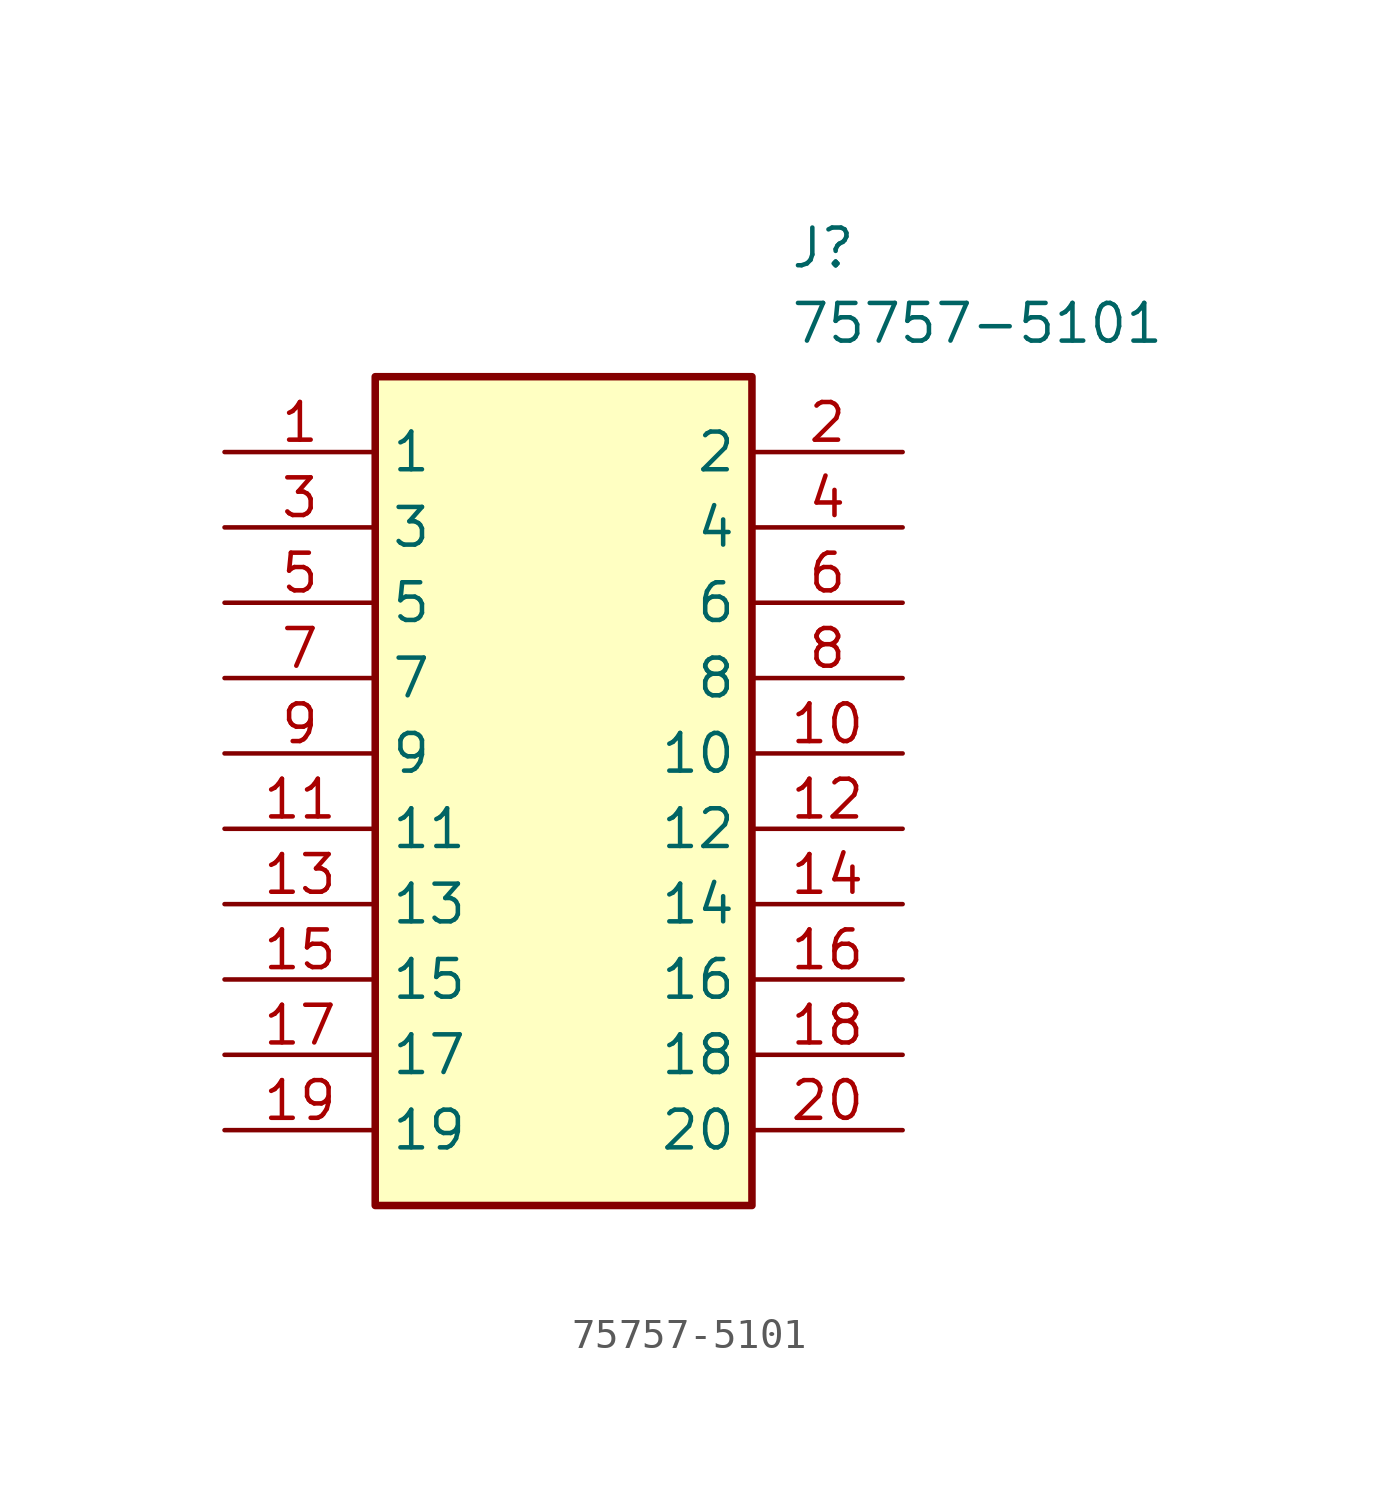
<source format=kicad_sym>
(kicad_symbol_lib
  (version 20211014)
  (generator SamacSys_ECAD_Model)
  (symbol "75757-5101"
    (property "Reference" "J"
      (at 19.05 7.62 0)
      (effects (font (size 1.27 1.27)) (justify left top)))
    (property "Value" "75757-5101"
      (at 19.05 5.08 0)
      (effects (font (size 1.27 1.27)) (justify left top)))
    (rectangle
      (start 5.08 2.54)
      (end 17.78 -25.4)
      (stroke (width 0.254) (type default))
      (fill (type background)))
    (pin passive line
      (at 0 0 0)
      (length 5.08)
      (name "1" (effects (font (size 1.27 1.27))))
      (number "1" (effects (font (size 1.27 1.27)))))
    (pin passive line
      (at 0 -2.54 0)
      (length 5.08)
      (name "3" (effects (font (size 1.27 1.27))))
      (number "3" (effects (font (size 1.27 1.27)))))
    (pin passive line
      (at 0 -5.08 0)
      (length 5.08)
      (name "5" (effects (font (size 1.27 1.27))))
      (number "5" (effects (font (size 1.27 1.27)))))
    (pin passive line
      (at 0 -7.62 0)
      (length 5.08)
      (name "7" (effects (font (size 1.27 1.27))))
      (number "7" (effects (font (size 1.27 1.27)))))
    (pin passive line
      (at 0 -10.16 0)
      (length 5.08)
      (name "9" (effects (font (size 1.27 1.27))))
      (number "9" (effects (font (size 1.27 1.27)))))
    (pin passive line
      (at 0 -12.7 0)
      (length 5.08)
      (name "11" (effects (font (size 1.27 1.27))))
      (number "11" (effects (font (size 1.27 1.27)))))
    (pin passive line
      (at 0 -15.24 0)
      (length 5.08)
      (name "13" (effects (font (size 1.27 1.27))))
      (number "13" (effects (font (size 1.27 1.27)))))
    (pin passive line
      (at 0 -17.78 0)
      (length 5.08)
      (name "15" (effects (font (size 1.27 1.27))))
      (number "15" (effects (font (size 1.27 1.27)))))
    (pin passive line
      (at 0 -20.32 0)
      (length 5.08)
      (name "17" (effects (font (size 1.27 1.27))))
      (number "17" (effects (font (size 1.27 1.27)))))
    (pin passive line
      (at 0 -22.86 0)
      (length 5.08)
      (name "19" (effects (font (size 1.27 1.27))))
      (number "19" (effects (font (size 1.27 1.27)))))
    (pin passive line
      (at 22.86 0 180)
      (length 5.08)
      (name "2" (effects (font (size 1.27 1.27))))
      (number "2" (effects (font (size 1.27 1.27)))))
    (pin passive line
      (at 22.86 -2.54 180)
      (length 5.08)
      (name "4" (effects (font (size 1.27 1.27))))
      (number "4" (effects (font (size 1.27 1.27)))))
    (pin passive line
      (at 22.86 -5.08 180)
      (length 5.08)
      (name "6" (effects (font (size 1.27 1.27))))
      (number "6" (effects (font (size 1.27 1.27)))))
    (pin passive line
      (at 22.86 -7.62 180)
      (length 5.08)
      (name "8" (effects (font (size 1.27 1.27))))
      (number "8" (effects (font (size 1.27 1.27)))))
    (pin passive line
      (at 22.86 -10.16 180)
      (length 5.08)
      (name "10" (effects (font (size 1.27 1.27))))
      (number "10" (effects (font (size 1.27 1.27)))))
    (pin passive line
      (at 22.86 -12.7 180)
      (length 5.08)
      (name "12" (effects (font (size 1.27 1.27))))
      (number "12" (effects (font (size 1.27 1.27)))))
    (pin passive line
      (at 22.86 -15.24 180)
      (length 5.08)
      (name "14" (effects (font (size 1.27 1.27))))
      (number "14" (effects (font (size 1.27 1.27)))))
    (pin passive line
      (at 22.86 -17.78 180)
      (length 5.08)
      (name "16" (effects (font (size 1.27 1.27))))
      (number "16" (effects (font (size 1.27 1.27)))))
    (pin passive line
      (at 22.86 -20.32 180)
      (length 5.08)
      (name "18" (effects (font (size 1.27 1.27))))
      (number "18" (effects (font (size 1.27 1.27)))))
    (pin passive line
      (at 22.86 -22.86 180)
      (length 5.08)
      (name "20" (effects (font (size 1.27 1.27))))
      (number "20" (effects (font (size 1.27 1.27)))))))
</source>
